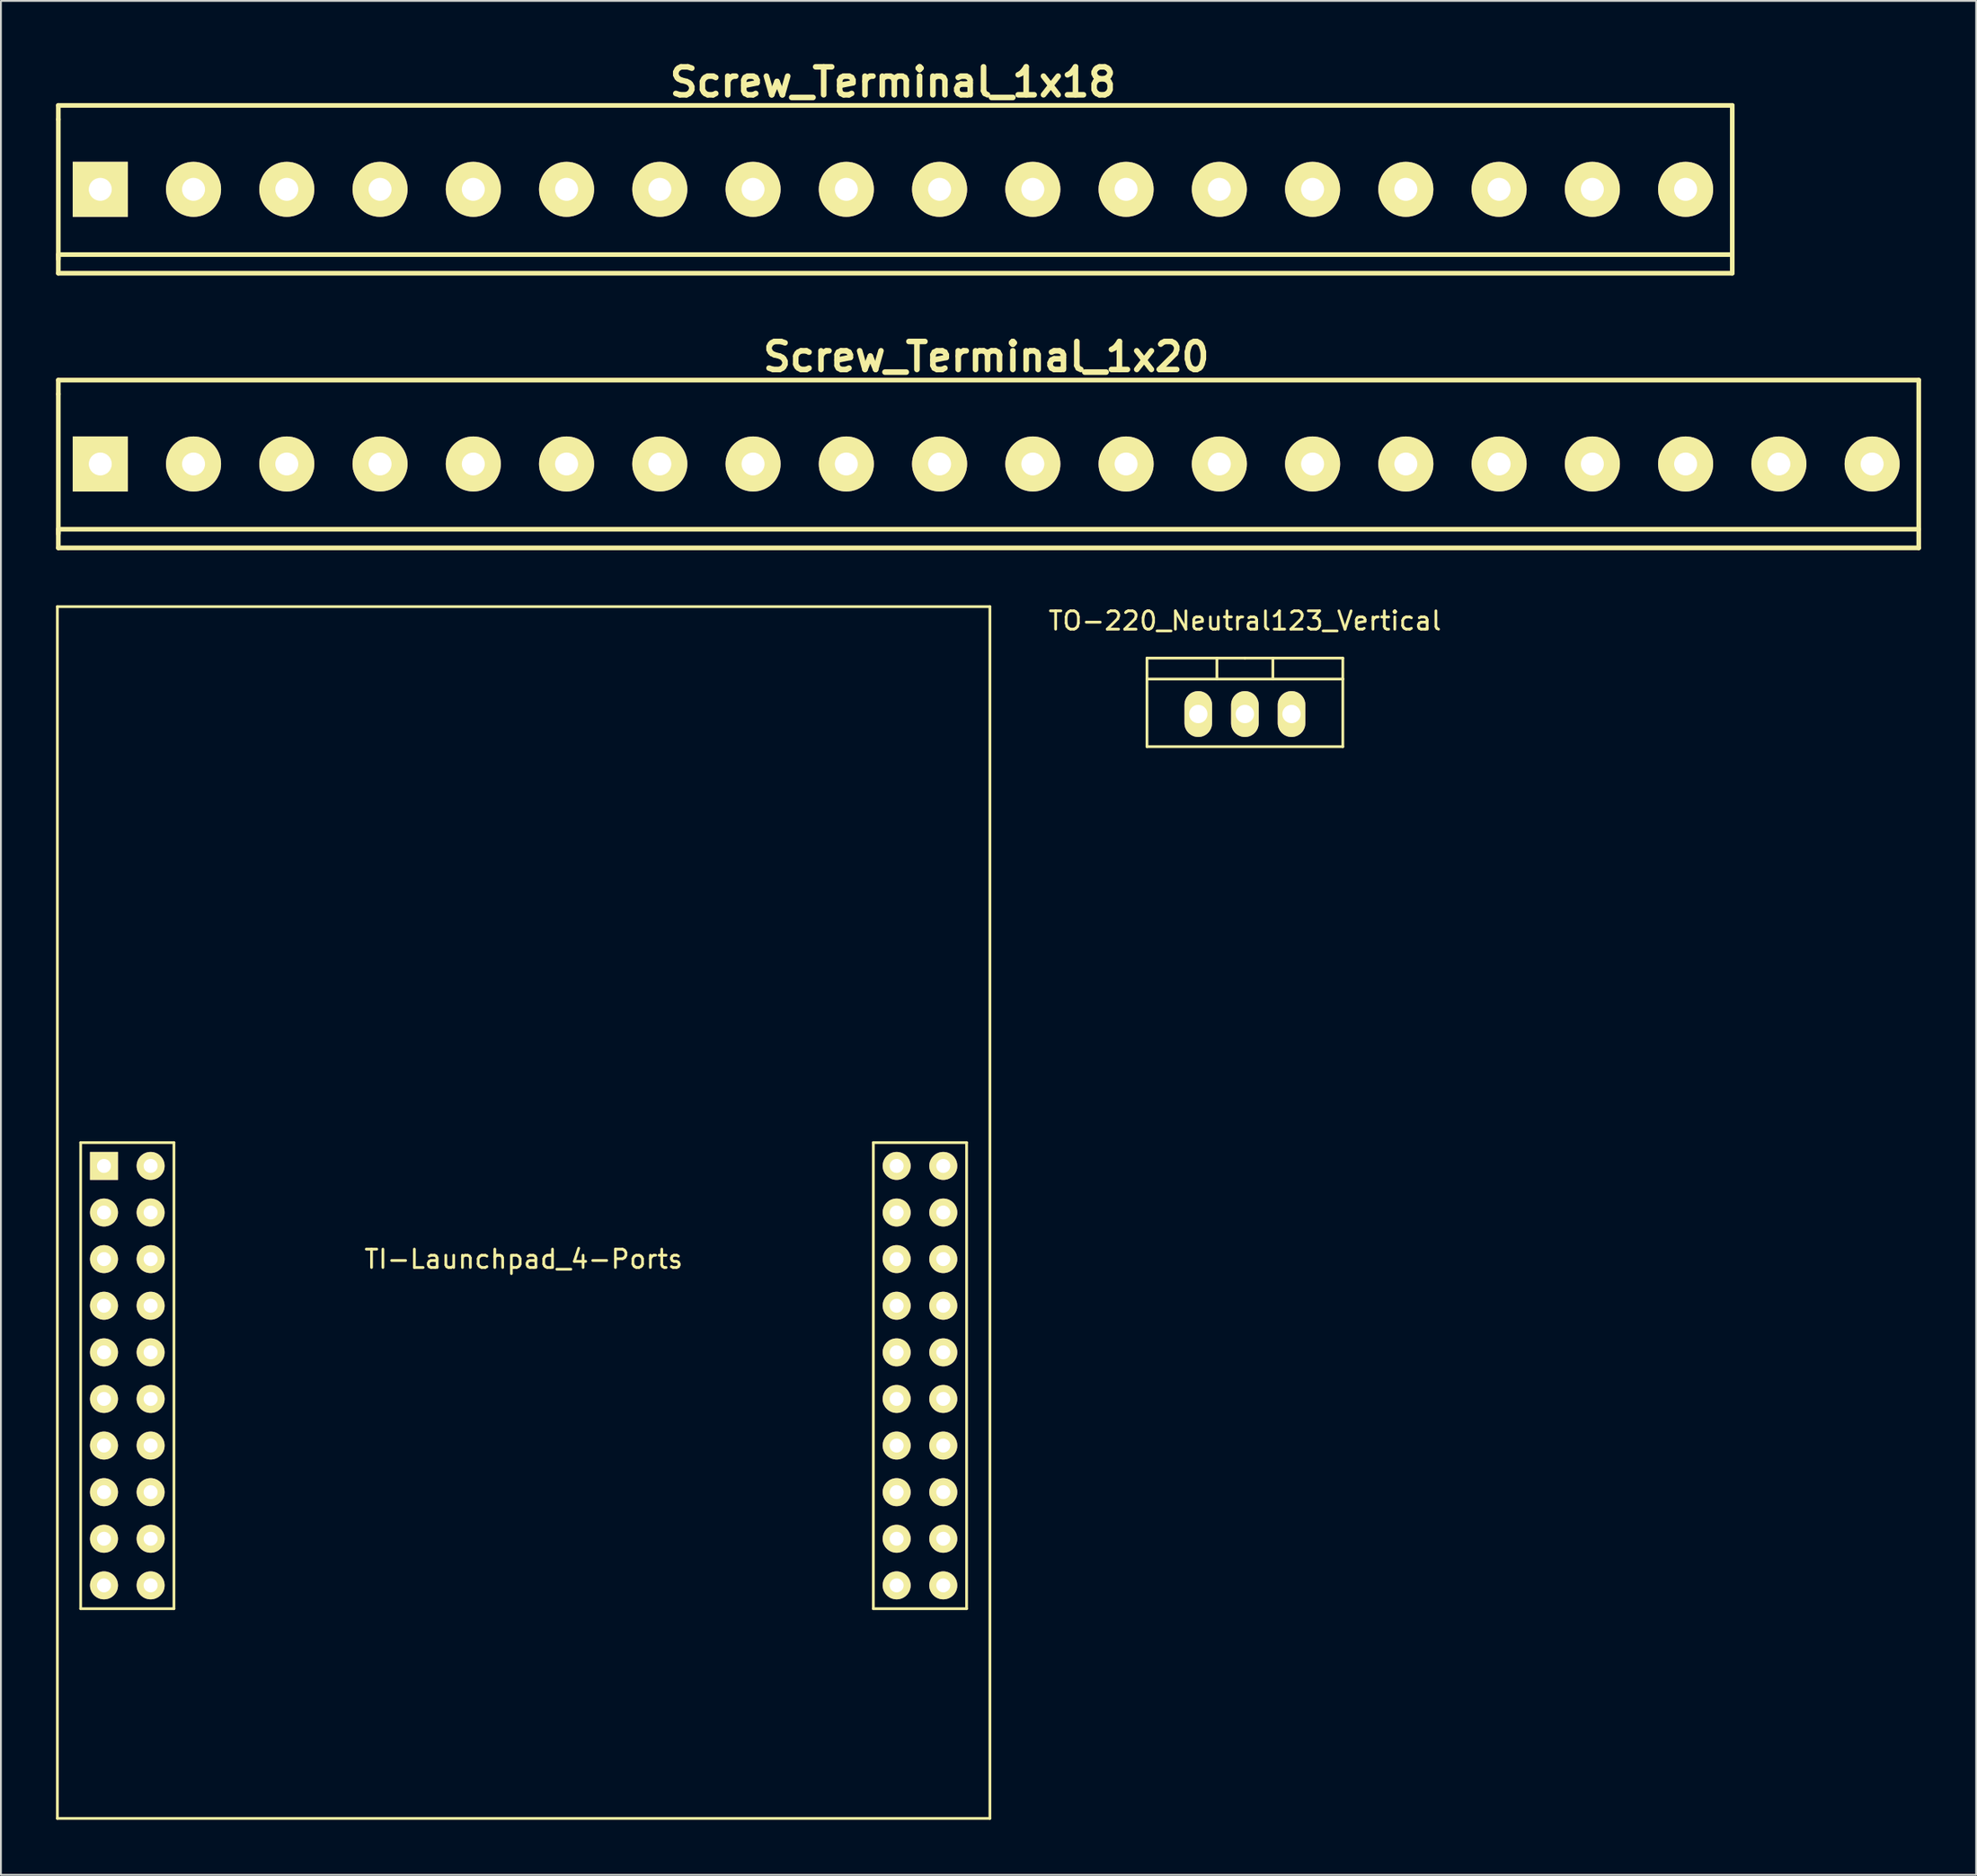
<source format=kicad_pcb>
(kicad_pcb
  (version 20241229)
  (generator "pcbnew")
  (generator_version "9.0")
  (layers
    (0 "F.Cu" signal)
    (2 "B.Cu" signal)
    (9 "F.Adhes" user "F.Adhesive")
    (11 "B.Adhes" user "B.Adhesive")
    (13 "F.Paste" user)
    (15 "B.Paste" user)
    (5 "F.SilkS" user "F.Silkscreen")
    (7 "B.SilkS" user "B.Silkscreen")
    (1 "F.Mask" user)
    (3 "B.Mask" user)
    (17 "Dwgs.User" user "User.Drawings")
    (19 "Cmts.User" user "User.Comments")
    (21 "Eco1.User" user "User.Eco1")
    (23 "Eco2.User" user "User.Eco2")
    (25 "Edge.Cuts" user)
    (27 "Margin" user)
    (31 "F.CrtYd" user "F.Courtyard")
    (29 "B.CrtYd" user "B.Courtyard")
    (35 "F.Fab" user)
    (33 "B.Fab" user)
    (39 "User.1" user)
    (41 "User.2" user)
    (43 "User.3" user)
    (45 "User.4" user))
  (footprint "TO-220_Neutral123_Vertical"
    (layer "F.Cu")
    (at 64.765 35.863)
    (property "Reference" "TO-220_Neutral123_Vertical" (at 0 -5.08 0) (layer "F.SilkS") (effects (font (size 1 1) (thickness 0.15))))
    (attr through_hole)
    (fp_line (start -5.334 -1.905) (end -5.334 -3.048) (stroke (width 0.15) (type solid)) (layer "F.SilkS"))
    (fp_line (start -5.334 1.778) (end -5.334 -1.905) (stroke (width 0.15) (type solid)) (layer "F.SilkS"))
    (fp_line (start -1.524 -3.048) (end -1.524 -1.905) (stroke (width 0.15) (type solid)) (layer "F.SilkS"))
    (fp_line (start 0 -3.048) (end -5.334 -3.048) (stroke (width 0.15) (type solid)) (layer "F.SilkS"))
    (fp_line (start 0 -3.048) (end 5.334 -3.048) (stroke (width 0.15) (type solid)) (layer "F.SilkS"))
    (fp_line (start 1.524 -3.048) (end 1.524 -1.905) (stroke (width 0.15) (type solid)) (layer "F.SilkS"))
    (fp_line (start 5.334 -3.048) (end 5.334 -1.905) (stroke (width 0.15) (type solid)) (layer "F.SilkS"))
    (fp_line (start 5.334 -1.905) (end -5.334 -1.905) (stroke (width 0.15) (type solid)) (layer "F.SilkS"))
    (fp_line (start 5.334 -1.905) (end 5.334 1.778) (stroke (width 0.15) (type solid)) (layer "F.SilkS"))
    (fp_line (start 5.334 1.778) (end -5.334 1.778) (stroke (width 0.15) (type solid)) (layer "F.SilkS"))
    (pad "1" thru_hole oval (at -2.54 0 90) (size 2.499 1.501) (drill 1.001) (layers "*.Cu" "*.Mask" "F.SilkS"))
    (pad "2" thru_hole oval (at 0 0 90) (size 2.499 1.501) (drill 1.001) (layers "*.Cu" "*.Mask" "F.SilkS"))
    (pad "3" thru_hole oval (at 2.54 0 90) (size 2.499 1.501) (drill 1.001) (layers "*.Cu" "*.Mask" "F.SilkS")))
  (footprint "Screw_Terminal_1x20"
    (layer "F.Cu")
    (at 50.673 22.236)
    (property "Reference" "Screw_Terminal_1x20" (at 0 -5.842 0) (layer "F.SilkS") (effects (font (size 1.524 1.524) (thickness 0.305))))
    (attr through_hole)
    (fp_line (start -50.546 -4.572) (end -50.546 -3.81) (stroke (width 0.254) (type solid)) (layer "F.SilkS"))
    (fp_line (start -50.546 3.81) (end -50.546 -3.81) (stroke (width 0.254) (type solid)) (layer "F.SilkS"))
    (fp_line (start -50.546 4.572) (end -50.546 3.556) (stroke (width 0.254) (type solid)) (layer "F.SilkS"))
    (fp_line (start -50.546 4.572) (end 50.8 4.572) (stroke (width 0.254) (type solid)) (layer "F.SilkS"))
    (fp_line (start 50.8 -4.572) (end -50.546 -4.572) (stroke (width 0.254) (type solid)) (layer "F.SilkS"))
    (fp_line (start 50.8 -4.572) (end 50.8 4.572) (stroke (width 0.254) (type solid)) (layer "F.SilkS"))
    (fp_line (start 50.8 3.556) (end -50.546 3.556) (stroke (width 0.254) (type solid)) (layer "F.SilkS"))
    (pad "1" thru_hole rect (at -48.26 0) (size 3 3) (drill 1.25) (layers "*.Cu" "*.Mask" "F.SilkS"))
    (pad "2" thru_hole circle (at -43.18 0) (size 3 3) (drill 1.25) (layers "*.Cu" "*.Mask" "F.SilkS"))
    (pad "3" thru_hole circle (at -38.1 0) (size 3 3) (drill 1.25) (layers "*.Cu" "*.Mask" "F.SilkS"))
    (pad "4" thru_hole circle (at -33.02 0) (size 3 3) (drill 1.25) (layers "*.Cu" "*.Mask" "F.SilkS"))
    (pad "5" thru_hole circle (at -27.94 0) (size 3 3) (drill 1.25) (layers "*.Cu" "*.Mask" "F.SilkS"))
    (pad "6" thru_hole circle (at -22.86 0) (size 3 3) (drill 1.25) (layers "*.Cu" "*.Mask" "F.SilkS"))
    (pad "7" thru_hole circle (at -17.78 0) (size 3 3) (drill 1.25) (layers "*.Cu" "*.Mask" "F.SilkS"))
    (pad "8" thru_hole circle (at -12.7 0) (size 3 3) (drill 1.25) (layers "*.Cu" "*.Mask" "F.SilkS"))
    (pad "9" thru_hole circle (at -7.62 0) (size 3 3) (drill 1.25) (layers "*.Cu" "*.Mask" "F.SilkS"))
    (pad "10" thru_hole circle (at -2.54 0) (size 3 3) (drill 1.25) (layers "*.Cu" "*.Mask" "F.SilkS"))
    (pad "11" thru_hole circle (at 2.54 0) (size 3 3) (drill 1.25) (layers "*.Cu" "*.Mask" "F.SilkS"))
    (pad "12" thru_hole circle (at 7.62 0) (size 3 3) (drill 1.25) (layers "*.Cu" "*.Mask" "F.SilkS"))
    (pad "13" thru_hole circle (at 12.7 0) (size 3 3) (drill 1.25) (layers "*.Cu" "*.Mask" "F.SilkS"))
    (pad "14" thru_hole circle (at 17.78 0) (size 3 3) (drill 1.25) (layers "*.Cu" "*.Mask" "F.SilkS"))
    (pad "15" thru_hole circle (at 22.86 0) (size 3 3) (drill 1.25) (layers "*.Cu" "*.Mask" "F.SilkS"))
    (pad "16" thru_hole circle (at 27.94 0) (size 3 3) (drill 1.25) (layers "*.Cu" "*.Mask" "F.SilkS"))
    (pad "17" thru_hole circle (at 33.02 0) (size 3 3) (drill 1.25) (layers "*.Cu" "*.Mask" "F.SilkS"))
    (pad "18" thru_hole circle (at 38.1 0) (size 3 3) (drill 1.25) (layers "*.Cu" "*.Mask" "F.SilkS"))
    (pad "19" thru_hole circle (at 43.18 0) (size 3 3) (drill 1.25) (layers "*.Cu" "*.Mask" "F.SilkS"))
    (pad "20" thru_hole circle (at 48.26 0) (size 3 3) (drill 1.25) (layers "*.Cu" "*.Mask" "F.SilkS")))
  (footprint "Screw_Terminal_1x18"
    (layer "F.Cu")
    (at 45.593 7.268)
    (property "Reference" "Screw_Terminal_1x18" (at 0 -5.842 0) (layer "F.SilkS") (effects (font (size 1.524 1.524) (thickness 0.305))))
    (attr through_hole)
    (fp_line (start -45.466 -4.572) (end -45.466 -3.81) (stroke (width 0.254) (type solid)) (layer "F.SilkS"))
    (fp_line (start -45.466 3.81) (end -45.466 -3.81) (stroke (width 0.254) (type solid)) (layer "F.SilkS"))
    (fp_line (start -45.466 4.572) (end -45.466 3.556) (stroke (width 0.254) (type solid)) (layer "F.SilkS"))
    (fp_line (start -45.466 4.572) (end 45.72 4.572) (stroke (width 0.254) (type solid)) (layer "F.SilkS"))
    (fp_line (start 45.72 -4.572) (end -45.466 -4.572) (stroke (width 0.254) (type solid)) (layer "F.SilkS"))
    (fp_line (start 45.72 -4.572) (end 45.72 4.572) (stroke (width 0.254) (type solid)) (layer "F.SilkS"))
    (fp_line (start 45.72 3.556) (end -45.466 3.556) (stroke (width 0.254) (type solid)) (layer "F.SilkS"))
    (pad "1" thru_hole rect (at -43.18 0) (size 3 3) (drill 1.25) (layers "*.Cu" "*.Mask" "F.SilkS"))
    (pad "2" thru_hole circle (at -38.1 0) (size 3 3) (drill 1.25) (layers "*.Cu" "*.Mask" "F.SilkS"))
    (pad "3" thru_hole circle (at -33.02 0) (size 3 3) (drill 1.25) (layers "*.Cu" "*.Mask" "F.SilkS"))
    (pad "4" thru_hole circle (at -27.94 0) (size 3 3) (drill 1.25) (layers "*.Cu" "*.Mask" "F.SilkS"))
    (pad "5" thru_hole circle (at -22.86 0) (size 3 3) (drill 1.25) (layers "*.Cu" "*.Mask" "F.SilkS"))
    (pad "6" thru_hole circle (at -17.78 0) (size 3 3) (drill 1.25) (layers "*.Cu" "*.Mask" "F.SilkS"))
    (pad "7" thru_hole circle (at -12.7 0) (size 3 3) (drill 1.25) (layers "*.Cu" "*.Mask" "F.SilkS"))
    (pad "8" thru_hole circle (at -7.62 0) (size 3 3) (drill 1.25) (layers "*.Cu" "*.Mask" "F.SilkS"))
    (pad "9" thru_hole circle (at -2.54 0) (size 3 3) (drill 1.25) (layers "*.Cu" "*.Mask" "F.SilkS"))
    (pad "10" thru_hole circle (at 2.54 0) (size 3 3) (drill 1.25) (layers "*.Cu" "*.Mask" "F.SilkS"))
    (pad "11" thru_hole circle (at 7.62 0) (size 3 3) (drill 1.25) (layers "*.Cu" "*.Mask" "F.SilkS"))
    (pad "12" thru_hole circle (at 12.7 0) (size 3 3) (drill 1.25) (layers "*.Cu" "*.Mask" "F.SilkS"))
    (pad "13" thru_hole circle (at 17.78 0) (size 3 3) (drill 1.25) (layers "*.Cu" "*.Mask" "F.SilkS"))
    (pad "14" thru_hole circle (at 22.86 0) (size 3 3) (drill 1.25) (layers "*.Cu" "*.Mask" "F.SilkS"))
    (pad "15" thru_hole circle (at 27.94 0) (size 3 3) (drill 1.25) (layers "*.Cu" "*.Mask" "F.SilkS"))
    (pad "16" thru_hole circle (at 33.02 0) (size 3 3) (drill 1.25) (layers "*.Cu" "*.Mask" "F.SilkS"))
    (pad "17" thru_hole circle (at 38.1 0) (size 3 3) (drill 1.25) (layers "*.Cu" "*.Mask" "F.SilkS"))
    (pad "18" thru_hole circle (at 43.18 0) (size 3 3) (drill 1.25) (layers "*.Cu" "*.Mask" "F.SilkS")))
  (footprint "TI-Launchpad_4-Ports"
    (layer "F.Cu")
    (at 25.475 63.03)
    (property "Reference" "TI-Launchpad_4-Ports" (at 0 2.54 0) (layer "F.SilkS") (effects (font (size 1 1) (thickness 0.15))))
    (attr through_hole)
    (fp_line (start -25.4 -33.02) (end -25.4 33.02) (stroke (width 0.15) (type solid)) (layer "F.SilkS"))
    (fp_line (start -25.4 33.02) (end 25.4 33.02) (stroke (width 0.15) (type solid)) (layer "F.SilkS"))
    (fp_line (start -24.13 -3.81) (end -19.05 -3.81) (stroke (width 0.15) (type solid)) (layer "F.SilkS"))
    (fp_line (start -24.13 21.59) (end -24.13 -3.81) (stroke (width 0.15) (type solid)) (layer "F.SilkS"))
    (fp_line (start -19.05 -3.81) (end -19.05 21.59) (stroke (width 0.15) (type solid)) (layer "F.SilkS"))
    (fp_line (start -19.05 21.59) (end -24.13 21.59) (stroke (width 0.15) (type solid)) (layer "F.SilkS"))
    (fp_line (start 19.05 -3.81) (end 24.13 -3.81) (stroke (width 0.15) (type solid)) (layer "F.SilkS"))
    (fp_line (start 19.05 21.59) (end 19.05 -3.81) (stroke (width 0.15) (type solid)) (layer "F.SilkS"))
    (fp_line (start 24.13 -3.81) (end 24.13 21.59) (stroke (width 0.15) (type solid)) (layer "F.SilkS"))
    (fp_line (start 24.13 21.59) (end 19.05 21.59) (stroke (width 0.15) (type solid)) (layer "F.SilkS"))
    (fp_line (start 25.4 -33.02) (end -25.4 -33.02) (stroke (width 0.15) (type solid)) (layer "F.SilkS"))
    (fp_line (start 25.4 33.02) (end 25.4 -33.02) (stroke (width 0.15) (type solid)) (layer "F.SilkS"))
    (pad "1.01" thru_hole rect (at -22.86 -2.54) (size 1.524 1.524) (drill 0.762) (layers "*.Cu" "*.Mask" "F.SilkS"))
    (pad "1.02" thru_hole circle (at -22.86 0) (size 1.524 1.524) (drill 0.762) (layers "*.Cu" "*.Mask" "F.SilkS"))
    (pad "1.03" thru_hole circle (at -22.86 2.54) (size 1.524 1.524) (drill 0.762) (layers "*.Cu" "*.Mask" "F.SilkS"))
    (pad "1.04" thru_hole circle (at -22.86 5.08) (size 1.524 1.524) (drill 0.762) (layers "*.Cu" "*.Mask" "F.SilkS"))
    (pad "1.05" thru_hole circle (at -22.86 7.62) (size 1.524 1.524) (drill 0.762) (layers "*.Cu" "*.Mask" "F.SilkS"))
    (pad "1.06" thru_hole circle (at -22.86 10.16) (size 1.524 1.524) (drill 0.762) (layers "*.Cu" "*.Mask" "F.SilkS"))
    (pad "1.07" thru_hole circle (at -22.86 12.7) (size 1.524 1.524) (drill 0.762) (layers "*.Cu" "*.Mask" "F.SilkS"))
    (pad "1.08" thru_hole circle (at -22.86 15.24) (size 1.524 1.524) (drill 0.762) (layers "*.Cu" "*.Mask" "F.SilkS"))
    (pad "1.09" thru_hole circle (at -22.86 17.78) (size 1.524 1.524) (drill 0.762) (layers "*.Cu" "*.Mask" "F.SilkS"))
    (pad "1.10" thru_hole circle (at -22.86 20.32) (size 1.524 1.524) (drill 0.762) (layers "*.Cu" "*.Mask" "F.SilkS"))
    (pad "2.01" thru_hole circle (at 22.86 -2.54) (size 1.524 1.524) (drill 0.762) (layers "*.Cu" "*.Mask" "F.SilkS"))
    (pad "2.02" thru_hole circle (at 22.86 0) (size 1.524 1.524) (drill 0.762) (layers "*.Cu" "*.Mask" "F.SilkS"))
    (pad "2.03" thru_hole circle (at 22.86 2.54) (size 1.524 1.524) (drill 0.762) (layers "*.Cu" "*.Mask" "F.SilkS"))
    (pad "2.04" thru_hole circle (at 22.86 5.08) (size 1.524 1.524) (drill 0.762) (layers "*.Cu" "*.Mask" "F.SilkS"))
    (pad "2.05" thru_hole circle (at 22.86 7.62) (size 1.524 1.524) (drill 0.762) (layers "*.Cu" "*.Mask" "F.SilkS"))
    (pad "2.06" thru_hole circle (at 22.86 10.16) (size 1.524 1.524) (drill 0.762) (layers "*.Cu" "*.Mask" "F.SilkS"))
    (pad "2.07" thru_hole circle (at 22.86 12.7) (size 1.524 1.524) (drill 0.762) (layers "*.Cu" "*.Mask" "F.SilkS"))
    (pad "2.08" thru_hole circle (at 22.86 15.24) (size 1.524 1.524) (drill 0.762) (layers "*.Cu" "*.Mask" "F.SilkS"))
    (pad "2.09" thru_hole circle (at 22.86 17.78) (size 1.524 1.524) (drill 0.762) (layers "*.Cu" "*.Mask" "F.SilkS"))
    (pad "2.10" thru_hole circle (at 22.86 20.32) (size 1.524 1.524) (drill 0.762) (layers "*.Cu" "*.Mask" "F.SilkS"))
    (pad "3.01" thru_hole circle (at -20.32 -2.54) (size 1.524 1.524) (drill 0.762) (layers "*.Cu" "*.Mask" "F.SilkS"))
    (pad "3.02" thru_hole circle (at -20.32 0) (size 1.524 1.524) (drill 0.762) (layers "*.Cu" "*.Mask" "F.SilkS"))
    (pad "3.03" thru_hole circle (at -20.32 2.54) (size 1.524 1.524) (drill 0.762) (layers "*.Cu" "*.Mask" "F.SilkS"))
    (pad "3.04" thru_hole circle (at -20.32 5.08) (size 1.524 1.524) (drill 0.762) (layers "*.Cu" "*.Mask" "F.SilkS"))
    (pad "3.05" thru_hole circle (at -20.32 7.62) (size 1.524 1.524) (drill 0.762) (layers "*.Cu" "*.Mask" "F.SilkS"))
    (pad "3.06" thru_hole circle (at -20.32 10.16) (size 1.524 1.524) (drill 0.762) (layers "*.Cu" "*.Mask" "F.SilkS"))
    (pad "3.07" thru_hole circle (at -20.32 12.7) (size 1.524 1.524) (drill 0.762) (layers "*.Cu" "*.Mask" "F.SilkS"))
    (pad "3.08" thru_hole circle (at -20.32 15.24) (size 1.524 1.524) (drill 0.762) (layers "*.Cu" "*.Mask" "F.SilkS"))
    (pad "3.09" thru_hole circle (at -20.32 17.78) (size 1.524 1.524) (drill 0.762) (layers "*.Cu" "*.Mask" "F.SilkS"))
    (pad "3.10" thru_hole circle (at -20.32 20.32) (size 1.524 1.524) (drill 0.762) (layers "*.Cu" "*.Mask" "F.SilkS"))
    (pad "4.01" thru_hole circle (at 20.32 -2.54) (size 1.524 1.524) (drill 0.762) (layers "*.Cu" "*.Mask" "F.SilkS"))
    (pad "4.02" thru_hole circle (at 20.32 0) (size 1.524 1.524) (drill 0.762) (layers "*.Cu" "*.Mask" "F.SilkS"))
    (pad "4.03" thru_hole circle (at 20.32 2.54) (size 1.524 1.524) (drill 0.762) (layers "*.Cu" "*.Mask" "F.SilkS"))
    (pad "4.04" thru_hole circle (at 20.32 5.08) (size 1.524 1.524) (drill 0.762) (layers "*.Cu" "*.Mask" "F.SilkS"))
    (pad "4.05" thru_hole circle (at 20.32 7.62) (size 1.524 1.524) (drill 0.762) (layers "*.Cu" "*.Mask" "F.SilkS"))
    (pad "4.06" thru_hole circle (at 20.32 10.16) (size 1.524 1.524) (drill 0.762) (layers "*.Cu" "*.Mask" "F.SilkS"))
    (pad "4.07" thru_hole circle (at 20.32 12.7) (size 1.524 1.524) (drill 0.762) (layers "*.Cu" "*.Mask" "F.SilkS"))
    (pad "4.08" thru_hole circle (at 20.32 15.24) (size 1.524 1.524) (drill 0.762) (layers "*.Cu" "*.Mask" "F.SilkS"))
    (pad "4.09" thru_hole circle (at 20.32 17.78) (size 1.524 1.524) (drill 0.762) (layers "*.Cu" "*.Mask" "F.SilkS"))
    (pad "4.10" thru_hole circle (at 20.32 20.32) (size 1.524 1.524) (drill 0.762) (layers "*.Cu" "*.Mask" "F.SilkS")))
  (gr_rect
    (start -3 -3)
    (end 104.6 99.125)
    (stroke (width 0.1) (type default))
    (fill no)
    (layer "Edge.Cuts")))
</source>
